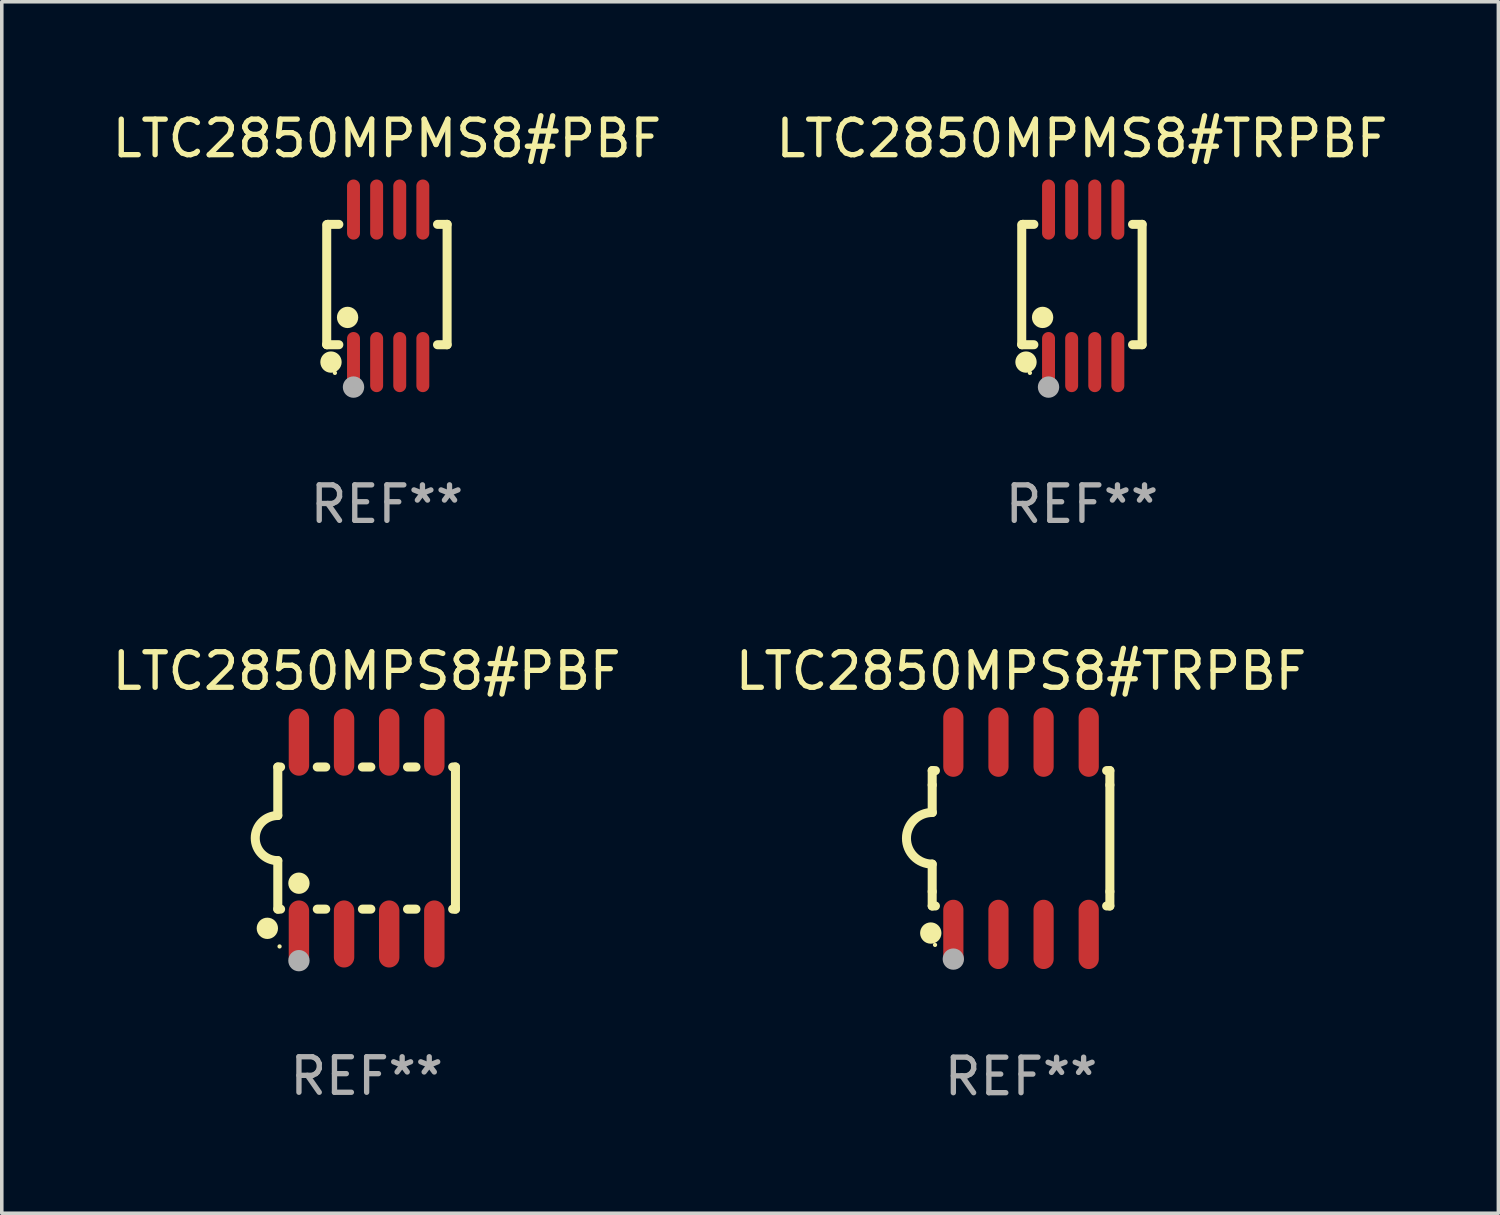
<source format=kicad_pcb>
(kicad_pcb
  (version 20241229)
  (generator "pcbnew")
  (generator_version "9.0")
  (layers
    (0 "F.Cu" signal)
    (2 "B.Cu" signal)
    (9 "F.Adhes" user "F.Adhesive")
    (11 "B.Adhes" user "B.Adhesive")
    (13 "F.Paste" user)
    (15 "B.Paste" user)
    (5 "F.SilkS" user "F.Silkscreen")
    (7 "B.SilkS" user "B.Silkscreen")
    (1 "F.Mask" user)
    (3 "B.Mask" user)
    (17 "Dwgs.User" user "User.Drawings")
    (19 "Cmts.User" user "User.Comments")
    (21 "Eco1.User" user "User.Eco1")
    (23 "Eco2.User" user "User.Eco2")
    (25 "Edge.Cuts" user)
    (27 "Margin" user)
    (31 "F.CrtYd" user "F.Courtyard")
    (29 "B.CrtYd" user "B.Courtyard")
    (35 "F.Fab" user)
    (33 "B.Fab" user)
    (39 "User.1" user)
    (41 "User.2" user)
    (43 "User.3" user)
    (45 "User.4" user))
  (footprint "LTC2850MPS8#PBF"
    (layer "F.Cu")
    (at 7.268 20.536)
    (property "Reference" "LTC2850MPS8#PBF" (at 0 -4.699 0) (layer "F.SilkS") (effects (font (size 1 1) (thickness 0.15))))
    (attr through_hole)
    (fp_line (start -2.5 -2) (end -2.5 -0.635) (stroke (width 0.254) (type solid)) (layer "F.SilkS"))
    (fp_line (start -2.5 -2) (end -2.421 -2) (stroke (width 0.254) (type solid)) (layer "F.SilkS"))
    (fp_line (start -2.5 2) (end -2.5 0.635) (stroke (width 0.254) (type solid)) (layer "F.SilkS"))
    (fp_line (start -2.5 2) (end -2.421 2) (stroke (width 0.254) (type solid)) (layer "F.SilkS"))
    (fp_line (start -1.389 -2) (end -1.151 -2) (stroke (width 0.254) (type solid)) (layer "F.SilkS"))
    (fp_line (start -1.389 2) (end -1.151 2) (stroke (width 0.254) (type solid)) (layer "F.SilkS"))
    (fp_line (start -0.119 -2) (end 0.119 -2) (stroke (width 0.254) (type solid)) (layer "F.SilkS"))
    (fp_line (start -0.119 2) (end 0.119 2) (stroke (width 0.254) (type solid)) (layer "F.SilkS"))
    (fp_line (start 1.151 -2) (end 1.389 -2) (stroke (width 0.254) (type solid)) (layer "F.SilkS"))
    (fp_line (start 1.151 2) (end 1.389 2) (stroke (width 0.254) (type solid)) (layer "F.SilkS"))
    (fp_line (start 2.421 -2) (end 2.5 -2) (stroke (width 0.254) (type solid)) (layer "F.SilkS"))
    (fp_line (start 2.421 2) (end 2.5 2) (stroke (width 0.254) (type solid)) (layer "F.SilkS"))
    (fp_line (start 2.5 -2) (end 2.5 2) (stroke (width 0.254) (type solid)) (layer "F.SilkS"))
    (fp_arc (start -2.5 0.635001) (mid -3.134366 -0.000318) (end -2.499365 -0.635001) (stroke (width 0.254001) (type solid)) (layer "F.SilkS"))
    (fp_circle (center -2.794 2.54) (end -2.644 2.54) (stroke (width 0.3) (type solid)) (fill no) (layer "F.SilkS"))
    (fp_circle (center -2.45 3.05) (end -2.42 3.05) (stroke (width 0.06) (type solid)) (fill no) (layer "F.SilkS"))
    (fp_circle (center -1.905 1.27) (end -1.755 1.27) (stroke (width 0.3) (type solid)) (fill no) (layer "F.SilkS"))
    (fp_circle (center -1.905 3.45) (end -1.755 3.45) (stroke (width 0.3) (type solid)) (fill no) (layer "F.Fab"))
    (fp_text user "REF**" (at 0 6.699 0) (layer "F.Fab") (effects (font (size 1 1) (thickness 0.15))))
    (pad "1" smd oval (at -1.905 2.699) (size 0.574 1.888) (layers "F.Cu" "F.Mask" "F.Paste"))
    (pad "2" smd oval (at -0.635 2.699) (size 0.574 1.888) (layers "F.Cu" "F.Mask" "F.Paste"))
    (pad "3" smd oval (at 0.635 2.699) (size 0.574 1.888) (layers "F.Cu" "F.Mask" "F.Paste"))
    (pad "4" smd oval (at 1.905 2.699) (size 0.574 1.888) (layers "F.Cu" "F.Mask" "F.Paste"))
    (pad "5" smd oval (at 1.905 -2.699) (size 0.574 1.888) (layers "F.Cu" "F.Mask" "F.Paste"))
    (pad "6" smd oval (at 0.635 -2.699) (size 0.574 1.888) (layers "F.Cu" "F.Mask" "F.Paste"))
    (pad "7" smd oval (at -0.635 -2.699) (size 0.574 1.888) (layers "F.Cu" "F.Mask" "F.Paste"))
    (pad "8" smd oval (at -1.905 -2.699) (size 0.574 1.888) (layers "F.Cu" "F.Mask" "F.Paste")))
  (footprint "LTC2850MPS8#TRPBF"
    (layer "F.Cu")
    (at 25.685 20.542)
    (property "Reference" "LTC2850MPS8#TRPBF" (at 0 -4.705 0) (layer "F.SilkS") (effects (font (size 1 1) (thickness 0.15))))
    (attr through_hole)
    (fp_line (start -2.5 -1.905) (end -2.409 -1.905) (stroke (width 0.254) (type solid)) (layer "F.SilkS"))
    (fp_line (start -2.5 -1.5) (end -2.5 -1.905) (stroke (width 0.254) (type solid)) (layer "F.SilkS"))
    (fp_line (start -2.5 -1.5) (end -2.5 -0.726) (stroke (width 0.254) (type solid)) (layer "F.SilkS"))
    (fp_line (start -2.5 1.5) (end -2.5 0.727) (stroke (width 0.254) (type solid)) (layer "F.SilkS"))
    (fp_line (start -2.5 1.5) (end -2.5 1.905) (stroke (width 0.254) (type solid)) (layer "F.SilkS"))
    (fp_line (start -2.5 1.905) (end -2.409 1.905) (stroke (width 0.254) (type solid)) (layer "F.SilkS"))
    (fp_line (start 2.5 -1.905) (end 2.409 -1.905) (stroke (width 0.254) (type solid)) (layer "F.SilkS"))
    (fp_line (start 2.5 -1.5) (end 2.5 -1.905) (stroke (width 0.254) (type solid)) (layer "F.SilkS"))
    (fp_line (start 2.5 -1.5) (end 2.5 1.5) (stroke (width 0.254) (type solid)) (layer "F.SilkS"))
    (fp_line (start 2.5 1.5) (end 2.5 1.905) (stroke (width 0.254) (type solid)) (layer "F.SilkS"))
    (fp_line (start 2.5 1.905) (end 2.409 1.905) (stroke (width 0.254) (type solid)) (layer "F.SilkS"))
    (fp_arc (start -2.5 0.726568) (mid -3.220316 -0.0023) (end -2.495097 -0.726289) (stroke (width 0.254001) (type solid)) (layer "F.SilkS"))
    (fp_circle (center -2.54 2.667) (end -2.39 2.667) (stroke (width 0.3) (type solid)) (fill no) (layer "F.SilkS"))
    (fp_circle (center -2.42 3) (end -2.39 3) (stroke (width 0.06) (type solid)) (fill no) (layer "F.SilkS"))
    (fp_circle (center -1.905 3.4) (end -1.755 3.4) (stroke (width 0.3) (type solid)) (fill no) (layer "F.Fab"))
    (fp_text user "REF**" (at 0 6.705 0) (layer "F.Fab") (effects (font (size 1 1) (thickness 0.15))))
    (pad "1" smd oval (at -1.905 2.705) (size 0.568 1.95) (layers "F.Cu" "F.Mask" "F.Paste"))
    (pad "2" smd oval (at -0.635 2.705) (size 0.568 1.95) (layers "F.Cu" "F.Mask" "F.Paste"))
    (pad "3" smd oval (at 0.635 2.705) (size 0.568 1.95) (layers "F.Cu" "F.Mask" "F.Paste"))
    (pad "4" smd oval (at 1.905 2.705) (size 0.568 1.95) (layers "F.Cu" "F.Mask" "F.Paste"))
    (pad "5" smd oval (at 1.905 -2.705) (size 0.568 1.95) (layers "F.Cu" "F.Mask" "F.Paste"))
    (pad "6" smd oval (at 0.635 -2.705) (size 0.568 1.95) (layers "F.Cu" "F.Mask" "F.Paste"))
    (pad "7" smd oval (at -0.635 -2.705) (size 0.568 1.95) (layers "F.Cu" "F.Mask" "F.Paste"))
    (pad "8" smd oval (at -1.905 -2.705) (size 0.568 1.95) (layers "F.Cu" "F.Mask" "F.Paste")))
  (footprint "LTC2850MPMS8#PBF"
    (layer "F.Cu")
    (at 7.839 4.994)
    (property "Reference" "LTC2850MPMS8#PBF" (at 0 -4.146 0) (layer "F.SilkS") (effects (font (size 1 1) (thickness 0.15))))
    (attr through_hole)
    (fp_line (start -1.694 -1.724) (end -1.694 1.652) (stroke (width 0.254) (type solid)) (layer "F.SilkS"))
    (fp_line (start -1.694 1.652) (end -1.688 1.658) (stroke (width 0.254) (type solid)) (layer "F.SilkS"))
    (fp_line (start -1.688 1.658) (end -1.353 1.658) (stroke (width 0.254) (type solid)) (layer "F.SilkS"))
    (fp_line (start -1.661 -1.73) (end -1.681 -1.71) (stroke (width 0.254) (type solid)) (layer "F.SilkS"))
    (fp_line (start -1.353 -1.73) (end -1.661 -1.73) (stroke (width 0.254) (type solid)) (layer "F.SilkS"))
    (fp_line (start 1.424 1.658) (end 1.694 1.658) (stroke (width 0.254) (type solid)) (layer "F.SilkS"))
    (fp_line (start 1.694 -1.73) (end 1.424 -1.73) (stroke (width 0.254) (type solid)) (layer "F.SilkS"))
    (fp_line (start 1.694 1.658) (end 1.694 -1.73) (stroke (width 0.254) (type solid)) (layer "F.SilkS"))
    (fp_circle (center -1.574 2.146) (end -1.424 2.146) (stroke (width 0.3) (type solid)) (fill no) (layer "F.SilkS"))
    (fp_circle (center -1.464 2.45) (end -1.434 2.45) (stroke (width 0.06) (type solid)) (fill no) (layer "F.SilkS"))
    (fp_circle (center -1.107 0.889) (end -0.957 0.889) (stroke (width 0.3) (type solid)) (fill no) (layer "F.SilkS"))
    (fp_circle (center -0.94 2.85) (end -0.789 2.85) (stroke (width 0.3) (type solid)) (fill no) (layer "F.Fab"))
    (fp_text user "REF**" (at 0 6.146 0) (layer "F.Fab") (effects (font (size 1 1) (thickness 0.15))))
    (pad "1" smd oval (at -0.94 2.146) (size 0.364 1.692) (layers "F.Cu" "F.Mask" "F.Paste"))
    (pad "2" smd oval (at -0.289 2.146) (size 0.364 1.692) (layers "F.Cu" "F.Mask" "F.Paste"))
    (pad "3" smd oval (at 0.361 2.146) (size 0.364 1.692) (layers "F.Cu" "F.Mask" "F.Paste"))
    (pad "4" smd oval (at 1.011 2.146) (size 0.364 1.692) (layers "F.Cu" "F.Mask" "F.Paste"))
    (pad "5" smd oval (at 1.011 -2.146) (size 0.364 1.692) (layers "F.Cu" "F.Mask" "F.Paste"))
    (pad "6" smd oval (at 0.361 -2.146) (size 0.364 1.692) (layers "F.Cu" "F.Mask" "F.Paste"))
    (pad "7" smd oval (at -0.289 -2.146) (size 0.364 1.692) (layers "F.Cu" "F.Mask" "F.Paste"))
    (pad "8" smd oval (at -0.94 -2.146) (size 0.364 1.692) (layers "F.Cu" "F.Mask" "F.Paste")))
  (footprint "LTC2850MPMS8#TRPBF"
    (layer "F.Cu")
    (at 27.399 4.994)
    (property "Reference" "LTC2850MPMS8#TRPBF" (at 0 -4.146 0) (layer "F.SilkS") (effects (font (size 1 1) (thickness 0.15))))
    (attr through_hole)
    (fp_line (start -1.694 -1.724) (end -1.694 1.652) (stroke (width 0.254) (type solid)) (layer "F.SilkS"))
    (fp_line (start -1.694 1.652) (end -1.688 1.658) (stroke (width 0.254) (type solid)) (layer "F.SilkS"))
    (fp_line (start -1.688 1.658) (end -1.353 1.658) (stroke (width 0.254) (type solid)) (layer "F.SilkS"))
    (fp_line (start -1.661 -1.73) (end -1.681 -1.71) (stroke (width 0.254) (type solid)) (layer "F.SilkS"))
    (fp_line (start -1.353 -1.73) (end -1.661 -1.73) (stroke (width 0.254) (type solid)) (layer "F.SilkS"))
    (fp_line (start 1.424 1.658) (end 1.694 1.658) (stroke (width 0.254) (type solid)) (layer "F.SilkS"))
    (fp_line (start 1.694 -1.73) (end 1.424 -1.73) (stroke (width 0.254) (type solid)) (layer "F.SilkS"))
    (fp_line (start 1.694 1.658) (end 1.694 -1.73) (stroke (width 0.254) (type solid)) (layer "F.SilkS"))
    (fp_circle (center -1.574 2.146) (end -1.424 2.146) (stroke (width 0.3) (type solid)) (fill no) (layer "F.SilkS"))
    (fp_circle (center -1.464 2.45) (end -1.434 2.45) (stroke (width 0.06) (type solid)) (fill no) (layer "F.SilkS"))
    (fp_circle (center -1.107 0.889) (end -0.957 0.889) (stroke (width 0.3) (type solid)) (fill no) (layer "F.SilkS"))
    (fp_circle (center -0.94 2.85) (end -0.789 2.85) (stroke (width 0.3) (type solid)) (fill no) (layer "F.Fab"))
    (fp_text user "REF**" (at 0 6.146 0) (layer "F.Fab") (effects (font (size 1 1) (thickness 0.15))))
    (pad "1" smd oval (at -0.94 2.146) (size 0.364 1.692) (layers "F.Cu" "F.Mask" "F.Paste"))
    (pad "2" smd oval (at -0.289 2.146) (size 0.364 1.692) (layers "F.Cu" "F.Mask" "F.Paste"))
    (pad "3" smd oval (at 0.361 2.146) (size 0.364 1.692) (layers "F.Cu" "F.Mask" "F.Paste"))
    (pad "4" smd oval (at 1.011 2.146) (size 0.364 1.692) (layers "F.Cu" "F.Mask" "F.Paste"))
    (pad "5" smd oval (at 1.011 -2.146) (size 0.364 1.692) (layers "F.Cu" "F.Mask" "F.Paste"))
    (pad "6" smd oval (at 0.361 -2.146) (size 0.364 1.692) (layers "F.Cu" "F.Mask" "F.Paste"))
    (pad "7" smd oval (at -0.289 -2.146) (size 0.364 1.692) (layers "F.Cu" "F.Mask" "F.Paste"))
    (pad "8" smd oval (at -0.94 -2.146) (size 0.364 1.692) (layers "F.Cu" "F.Mask" "F.Paste")))
  (gr_rect
    (start -3 -3)
    (end 39.119 31.095)
    (stroke (width 0.1) (type default))
    (fill no)
    (layer "Edge.Cuts")))
</source>
